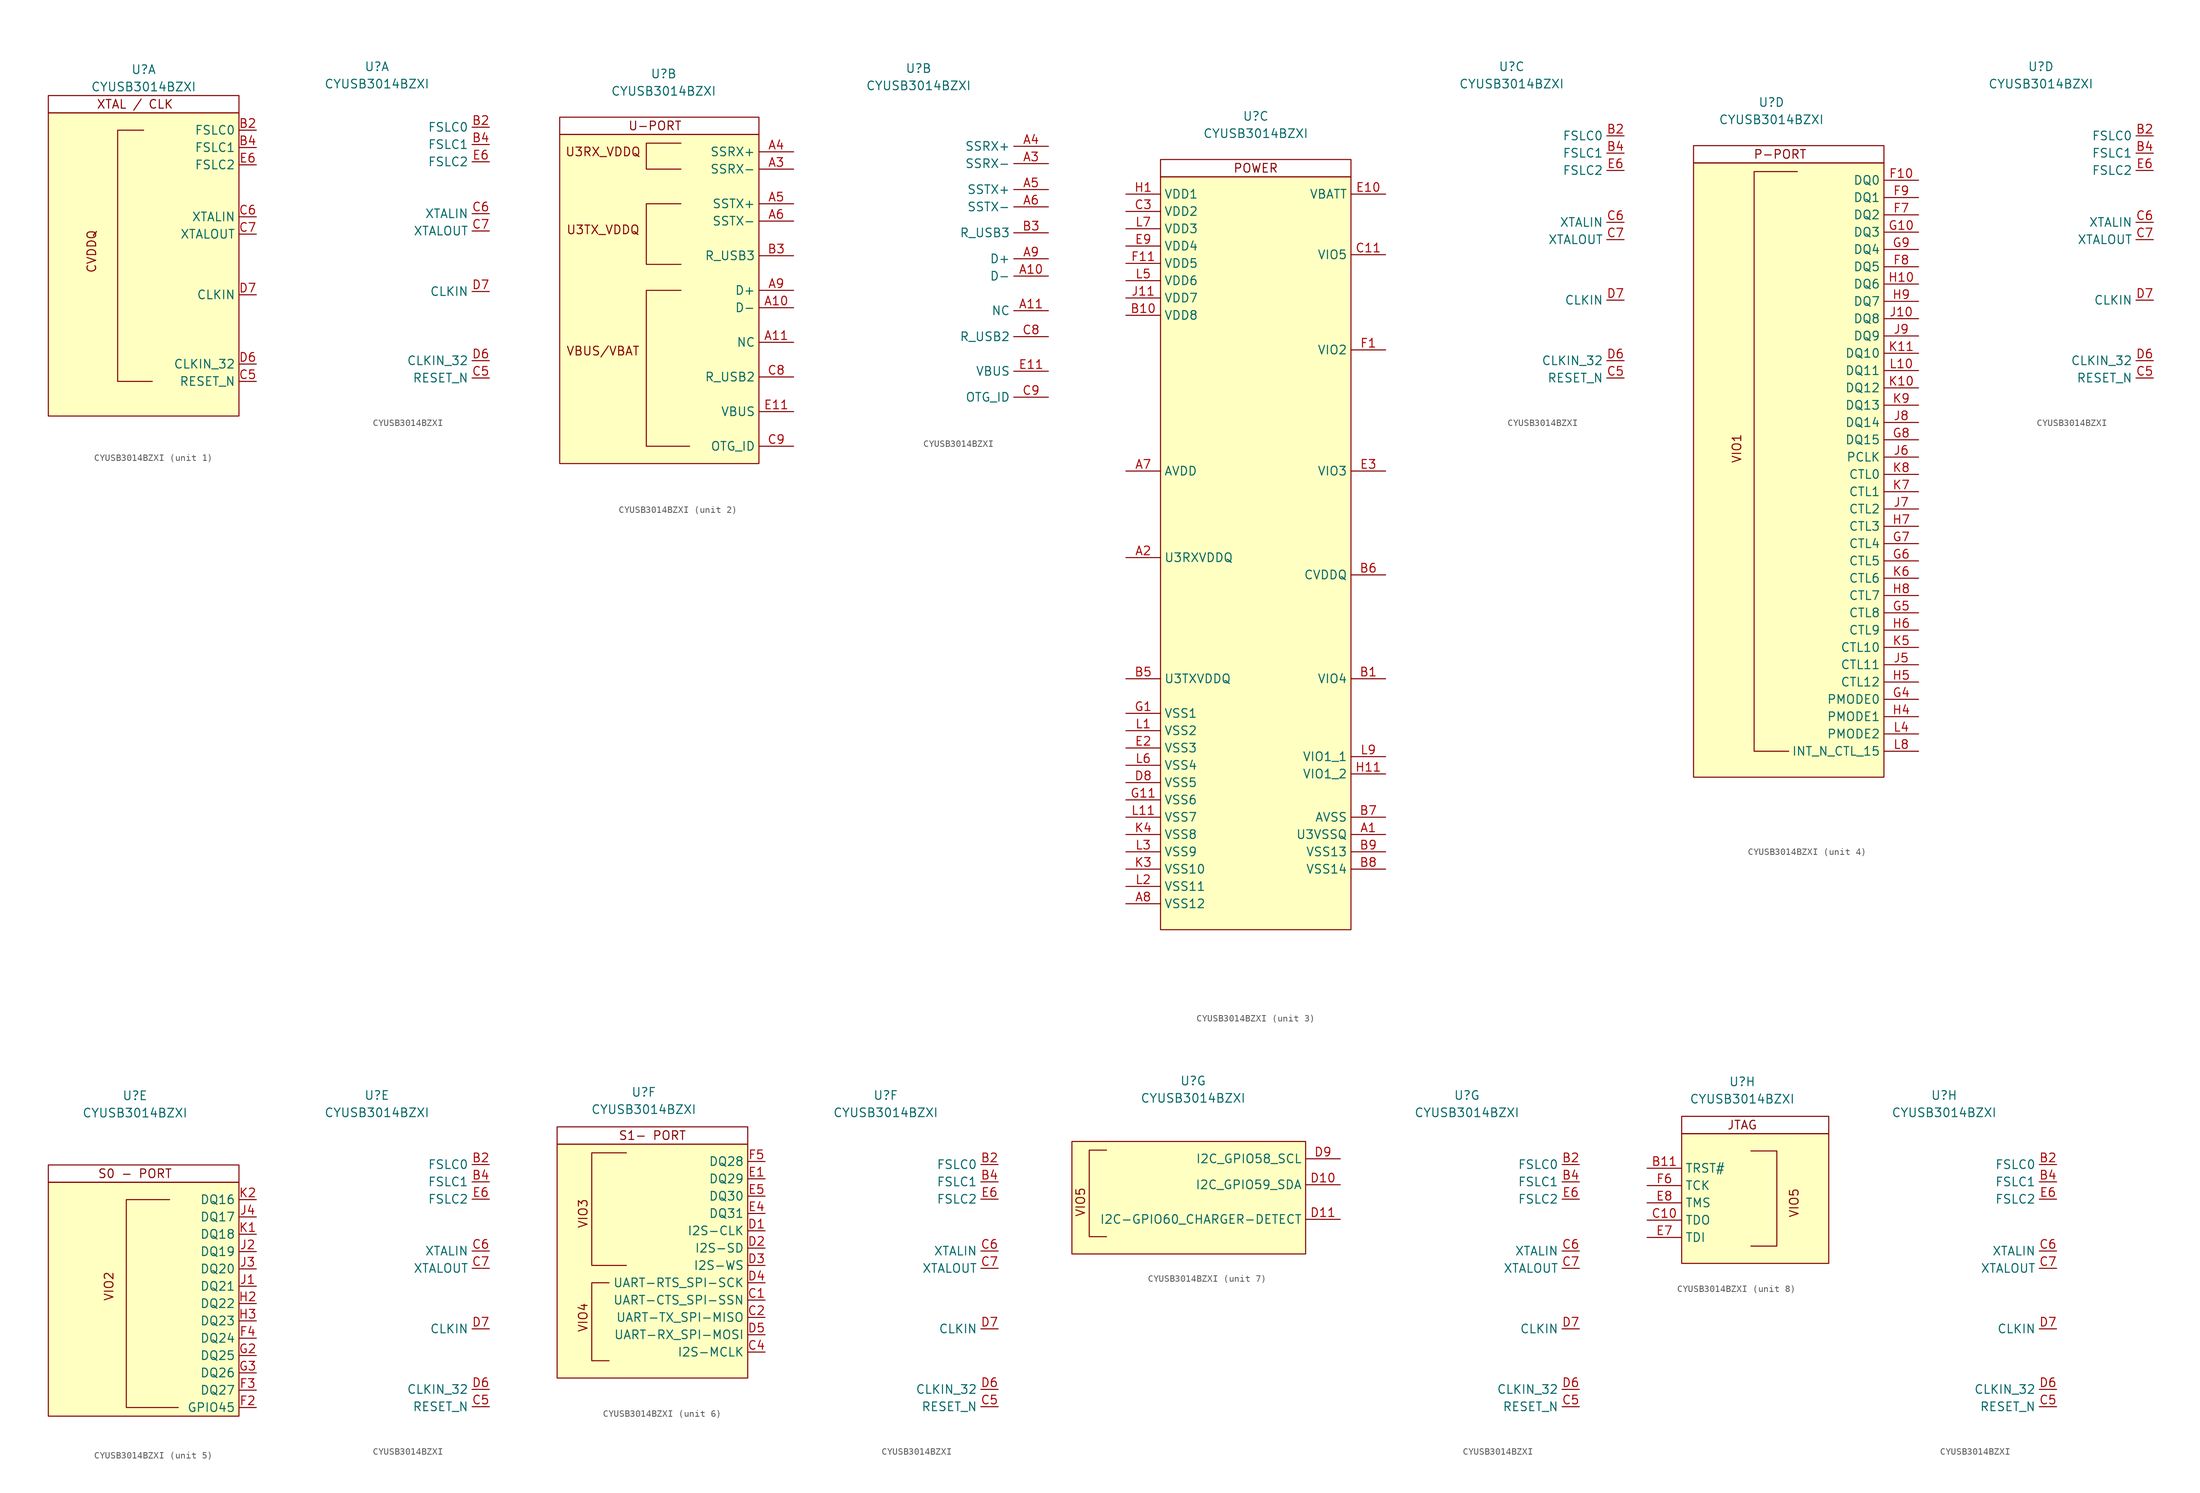
<source format=kicad_sym>
(kicad_symbol_lib
  (version 20220914)
  (generator kicad_symbol_editor)
  (symbol "CYUSB3014BZXI"
    (property "Reference" "U"
      (at 0 8.89 0)
      (effects (font (size 1.27 1.27))))
    (property "Value" "CYUSB3014BZXI"
      (at 0 6.35 0)
      (effects (font (size 1.27 1.27))))
    (property "ki_locked" ""
      (at 0 0 0)
      (effects (font (size 1.27 1.27))))
    (symbol "CYUSB3014BZXI_1_1"
      (rectangle (start -13.97 2.54) (end 13.97 -41.91) (stroke (width 0) (type default)) (fill (type background)))
      (rectangle (start -13.97 5.08) (end 13.97 2.54) (stroke (width 0) (type default)) (fill (type none)))
      (polyline (pts (xy 0 0) (xy -3.81 0) (xy -3.81 -36.83) (xy 1.27 -36.83)) (stroke (width 0) (type default)) (fill (type none)))
      (text "CVDDQ" (at -7.62 -17.78 900) (effects (font (size 1.27 1.27))))
      (text "XTAL / CLK" (at -1.27 3.81 0) (effects (font (size 1.27 1.27))))
      (pin input line (at 16.51 0 180) (length 2.54) (name "FSLC0" (effects (font (size 1.27 1.27)))) (number "B2" (effects (font (size 1.27 1.27)))))
      (pin input line (at 16.51 -2.54 180) (length 2.54) (name "FSLC1" (effects (font (size 1.27 1.27)))) (number "B4" (effects (font (size 1.27 1.27)))))
      (pin input line (at 16.51 -36.83 180) (length 2.54) (name "RESET_N" (effects (font (size 1.27 1.27)))) (number "C5" (effects (font (size 1.27 1.27)))))
      (pin bidirectional line (at 16.51 -12.7 180) (length 2.54) (name "XTALIN" (effects (font (size 1.27 1.27)))) (number "C6" (effects (font (size 1.27 1.27)))))
      (pin output line (at 16.51 -15.24 180) (length 2.54) (name "XTALOUT" (effects (font (size 1.27 1.27)))) (number "C7" (effects (font (size 1.27 1.27)))))
      (pin input line (at 16.51 -34.29 180) (length 2.54) (name "CLKIN_32" (effects (font (size 1.27 1.27)))) (number "D6" (effects (font (size 1.27 1.27)))))
      (pin input line (at 16.51 -24.13 180) (length 2.54) (name "CLKIN" (effects (font (size 1.27 1.27)))) (number "D7" (effects (font (size 1.27 1.27)))))
      (pin input line (at 16.51 -5.08 180) (length 2.54) (name "FSLC2" (effects (font (size 1.27 1.27)))) (number "E6" (effects (font (size 1.27 1.27))))))
    (symbol "CYUSB3014BZXI_1_2"
      (pin input line (at 16.51 0 180) (length 2.54) (name "FSLC0" (effects (font (size 1.27 1.27)))) (number "B2" (effects (font (size 1.27 1.27)))))
      (pin input line (at 16.51 -2.54 180) (length 2.54) (name "FSLC1" (effects (font (size 1.27 1.27)))) (number "B4" (effects (font (size 1.27 1.27)))))
      (pin input line (at 16.51 -36.83 180) (length 2.54) (name "RESET_N" (effects (font (size 1.27 1.27)))) (number "C5" (effects (font (size 1.27 1.27)))))
      (pin bidirectional line (at 16.51 -12.7 180) (length 2.54) (name "XTALIN" (effects (font (size 1.27 1.27)))) (number "C6" (effects (font (size 1.27 1.27)))))
      (pin output line (at 16.51 -15.24 180) (length 2.54) (name "XTALOUT" (effects (font (size 1.27 1.27)))) (number "C7" (effects (font (size 1.27 1.27)))))
      (pin input line (at 16.51 -34.29 180) (length 2.54) (name "CLKIN_32" (effects (font (size 1.27 1.27)))) (number "D6" (effects (font (size 1.27 1.27)))))
      (pin input line (at 16.51 -24.13 180) (length 2.54) (name "CLKIN" (effects (font (size 1.27 1.27)))) (number "D7" (effects (font (size 1.27 1.27)))))
      (pin input line (at 16.51 -5.08 180) (length 2.54) (name "FSLC2" (effects (font (size 1.27 1.27)))) (number "E6" (effects (font (size 1.27 1.27))))))
    (symbol "CYUSB3014BZXI_2_0"
      (pin input line (at 19.05 -2.54 180) (length 5.08) (name "SSRX+" (effects (font (size 1.27 1.27)))) (number "A4" (effects (font (size 1.27 1.27))))))
    (symbol "CYUSB3014BZXI_2_1"
      (rectangle (start -15.24 0) (end 13.97 -48.26) (stroke (width 0) (type default)) (fill (type background)))
      (rectangle (start -15.24 2.54) (end 13.97 0) (stroke (width 0) (type default)) (fill (type none)))
      (polyline (pts (xy 2.54 -22.86) (xy -2.54 -22.86) (xy -2.54 -45.72) (xy 3.81 -45.72)) (stroke (width 0) (type default)) (fill (type none)))
      (polyline (pts (xy 2.54 -10.16) (xy -2.54 -10.16) (xy -2.54 -19.05) (xy 2.54 -19.05)) (stroke (width 0) (type default)) (fill (type none)))
      (polyline (pts (xy 2.54 -1.27) (xy -2.54 -1.27) (xy -2.54 -5.08) (xy 2.54 -5.08)) (stroke (width 0) (type default)) (fill (type none)))
      (text "U-PORT" (at -1.27 1.27 0) (effects (font (size 1.27 1.27))))
      (text "U3RX_VDDQ" (at -8.89 -2.54 0) (effects (font (size 1.27 1.27))))
      (text "U3TX_VDDQ" (at -8.89 -13.97 0) (effects (font (size 1.27 1.27))))
      (text "VBUS/VBAT" (at -8.89 -31.75 0) (effects (font (size 1.27 1.27))))
      (pin bidirectional line (at 19.05 -25.4 180) (length 5.08) (name "D-" (effects (font (size 1.27 1.27)))) (number "A10" (effects (font (size 1.27 1.27)))))
      (pin input line (at 19.05 -30.48 180) (length 5.08) (name "NC" (effects (font (size 1.27 1.27)))) (number "A11" (effects (font (size 1.27 1.27)))))
      (pin input line (at 19.05 -5.08 180) (length 5.08) (name "SSRX-" (effects (font (size 1.27 1.27)))) (number "A3" (effects (font (size 1.27 1.27)))))
      (pin output line (at 19.05 -10.16 180) (length 5.08) (name "SSTX+" (effects (font (size 1.27 1.27)))) (number "A5" (effects (font (size 1.27 1.27)))))
      (pin output line (at 19.05 -12.7 180) (length 5.08) (name "SSTX-" (effects (font (size 1.27 1.27)))) (number "A6" (effects (font (size 1.27 1.27)))))
      (pin output line (at 19.05 -22.86 180) (length 5.08) (name "D+" (effects (font (size 1.27 1.27)))) (number "A9" (effects (font (size 1.27 1.27)))))
      (pin bidirectional line (at 19.05 -17.78 180) (length 5.08) (name "R_USB3" (effects (font (size 1.27 1.27)))) (number "B3" (effects (font (size 1.27 1.27)))))
      (pin bidirectional line (at 19.05 -35.56 180) (length 5.08) (name "R_USB2" (effects (font (size 1.27 1.27)))) (number "C8" (effects (font (size 1.27 1.27)))))
      (pin input line (at 19.05 -45.72 180) (length 5.08) (name "OTG_ID" (effects (font (size 1.27 1.27)))) (number "C9" (effects (font (size 1.27 1.27)))))
      (pin power_in line (at 19.05 -40.64 180) (length 5.08) (name "VBUS" (effects (font (size 1.27 1.27)))) (number "E11" (effects (font (size 1.27 1.27))))))
    (symbol "CYUSB3014BZXI_2_2"
      (pin bidirectional line (at 19.05 -21.59 180) (length 5.08) (name "D-" (effects (font (size 1.27 1.27)))) (number "A10" (effects (font (size 1.27 1.27)))))
      (pin input line (at 19.05 -26.67 180) (length 5.08) (name "NC" (effects (font (size 1.27 1.27)))) (number "A11" (effects (font (size 1.27 1.27)))))
      (pin input line (at 19.05 -5.08 180) (length 5.08) (name "SSRX-" (effects (font (size 1.27 1.27)))) (number "A3" (effects (font (size 1.27 1.27)))))
      (pin output line (at 19.05 -8.89 180) (length 5.08) (name "SSTX+" (effects (font (size 1.27 1.27)))) (number "A5" (effects (font (size 1.27 1.27)))))
      (pin output line (at 19.05 -11.43 180) (length 5.08) (name "SSTX-" (effects (font (size 1.27 1.27)))) (number "A6" (effects (font (size 1.27 1.27)))))
      (pin output line (at 19.05 -19.05 180) (length 5.08) (name "D+" (effects (font (size 1.27 1.27)))) (number "A9" (effects (font (size 1.27 1.27)))))
      (pin bidirectional line (at 19.05 -15.24 180) (length 5.08) (name "R_USB3" (effects (font (size 1.27 1.27)))) (number "B3" (effects (font (size 1.27 1.27)))))
      (pin bidirectional line (at 19.05 -30.48 180) (length 5.08) (name "R_USB2" (effects (font (size 1.27 1.27)))) (number "C8" (effects (font (size 1.27 1.27)))))
      (pin input line (at 19.05 -39.37 180) (length 5.08) (name "OTG_ID" (effects (font (size 1.27 1.27)))) (number "C9" (effects (font (size 1.27 1.27)))))
      (pin power_in line (at 19.05 -35.56 180) (length 5.08) (name "VBUS" (effects (font (size 1.27 1.27)))) (number "E11" (effects (font (size 1.27 1.27))))))
    (symbol "CYUSB3014BZXI_3_1"
      (rectangle (start -13.97 0) (end 13.97 -110.49) (stroke (width 0) (type default)) (fill (type background)))
      (rectangle (start -13.97 2.54) (end 13.97 0) (stroke (width 0) (type default)) (fill (type none)))
      (text "POWER" (at 0 1.27 0) (effects (font (size 1.27 1.27))))
      (pin power_in line (at 19.05 -96.52 180) (length 5.08) (name "U3VSSQ" (effects (font (size 1.27 1.27)))) (number "A1" (effects (font (size 1.27 1.27)))))
      (pin power_in line (at -19.05 -55.88 0) (length 5.08) (name "U3RXVDDQ" (effects (font (size 1.27 1.27)))) (number "A2" (effects (font (size 1.27 1.27)))))
      (pin power_in line (at -19.05 -43.18 0) (length 5.08) (name "AVDD" (effects (font (size 1.27 1.27)))) (number "A7" (effects (font (size 1.27 1.27)))))
      (pin bidirectional line (at -19.05 -106.68 0) (length 5.08) (name "VSS12" (effects (font (size 1.27 1.27)))) (number "A8" (effects (font (size 1.27 1.27)))))
      (pin power_in line (at 19.05 -73.66 180) (length 5.08) (name "VIO4" (effects (font (size 1.27 1.27)))) (number "B1" (effects (font (size 1.27 1.27)))))
      (pin power_in line (at -19.05 -20.32 0) (length 5.08) (name "VDD8" (effects (font (size 1.27 1.27)))) (number "B10" (effects (font (size 1.27 1.27)))))
      (pin power_in line (at -19.05 -73.66 0) (length 5.08) (name "U3TXVDDQ" (effects (font (size 1.27 1.27)))) (number "B5" (effects (font (size 1.27 1.27)))))
      (pin power_in line (at 19.05 -58.42 180) (length 5.08) (name "CVDDQ" (effects (font (size 1.27 1.27)))) (number "B6" (effects (font (size 1.27 1.27)))))
      (pin power_in line (at 19.05 -93.98 180) (length 5.08) (name "AVSS" (effects (font (size 1.27 1.27)))) (number "B7" (effects (font (size 1.27 1.27)))))
      (pin power_in line (at 19.05 -101.6 180) (length 5.08) (name "VSS14" (effects (font (size 1.27 1.27)))) (number "B8" (effects (font (size 1.27 1.27)))))
      (pin power_in line (at 19.05 -99.06 180) (length 5.08) (name "VSS13" (effects (font (size 1.27 1.27)))) (number "B9" (effects (font (size 1.27 1.27)))))
      (pin power_in line (at 19.05 -11.43 180) (length 5.08) (name "VIO5" (effects (font (size 1.27 1.27)))) (number "C11" (effects (font (size 1.27 1.27)))))
      (pin power_in line (at -19.05 -5.08 0) (length 5.08) (name "VDD2" (effects (font (size 1.27 1.27)))) (number "C3" (effects (font (size 1.27 1.27)))))
      (pin bidirectional line (at -19.05 -88.9 0) (length 5.08) (name "VSS5" (effects (font (size 1.27 1.27)))) (number "D8" (effects (font (size 1.27 1.27)))))
      (pin power_in line (at 19.05 -2.54 180) (length 5.08) (name "VBATT" (effects (font (size 1.27 1.27)))) (number "E10" (effects (font (size 1.27 1.27)))))
      (pin bidirectional line (at -19.05 -83.82 0) (length 5.08) (name "VSS3" (effects (font (size 1.27 1.27)))) (number "E2" (effects (font (size 1.27 1.27)))))
      (pin power_in line (at 19.05 -43.18 180) (length 5.08) (name "VIO3" (effects (font (size 1.27 1.27)))) (number "E3" (effects (font (size 1.27 1.27)))))
      (pin power_in line (at -19.05 -10.16 0) (length 5.08) (name "VDD4" (effects (font (size 1.27 1.27)))) (number "E9" (effects (font (size 1.27 1.27)))))
      (pin power_in line (at 19.05 -25.4 180) (length 5.08) (name "VIO2" (effects (font (size 1.27 1.27)))) (number "F1" (effects (font (size 1.27 1.27)))))
      (pin power_in line (at -19.05 -12.7 0) (length 5.08) (name "VDD5" (effects (font (size 1.27 1.27)))) (number "F11" (effects (font (size 1.27 1.27)))))
      (pin bidirectional line (at -19.05 -78.74 0) (length 5.08) (name "VSS1" (effects (font (size 1.27 1.27)))) (number "G1" (effects (font (size 1.27 1.27)))))
      (pin bidirectional line (at -19.05 -91.44 0) (length 5.08) (name "VSS6" (effects (font (size 1.27 1.27)))) (number "G11" (effects (font (size 1.27 1.27)))))
      (pin power_in line (at -19.05 -2.54 0) (length 5.08) (name "VDD1" (effects (font (size 1.27 1.27)))) (number "H1" (effects (font (size 1.27 1.27)))))
      (pin power_in line (at 19.05 -87.63 180) (length 5.08) (name "VIO1_2" (effects (font (size 1.27 1.27)))) (number "H11" (effects (font (size 1.27 1.27)))))
      (pin power_in line (at -19.05 -17.78 0) (length 5.08) (name "VDD7" (effects (font (size 1.27 1.27)))) (number "J11" (effects (font (size 1.27 1.27)))))
      (pin bidirectional line (at -19.05 -101.6 0) (length 5.08) (name "VSS10" (effects (font (size 1.27 1.27)))) (number "K3" (effects (font (size 1.27 1.27)))))
      (pin bidirectional line (at -19.05 -96.52 0) (length 5.08) (name "VSS8" (effects (font (size 1.27 1.27)))) (number "K4" (effects (font (size 1.27 1.27)))))
      (pin bidirectional line (at -19.05 -81.28 0) (length 5.08) (name "VSS2" (effects (font (size 1.27 1.27)))) (number "L1" (effects (font (size 1.27 1.27)))))
      (pin bidirectional line (at -19.05 -93.98 0) (length 5.08) (name "VSS7" (effects (font (size 1.27 1.27)))) (number "L11" (effects (font (size 1.27 1.27)))))
      (pin bidirectional line (at -19.05 -104.14 0) (length 5.08) (name "VSS11" (effects (font (size 1.27 1.27)))) (number "L2" (effects (font (size 1.27 1.27)))))
      (pin bidirectional line (at -19.05 -99.06 0) (length 5.08) (name "VSS9" (effects (font (size 1.27 1.27)))) (number "L3" (effects (font (size 1.27 1.27)))))
      (pin power_in line (at -19.05 -15.24 0) (length 5.08) (name "VDD6" (effects (font (size 1.27 1.27)))) (number "L5" (effects (font (size 1.27 1.27)))))
      (pin bidirectional line (at -19.05 -86.36 0) (length 5.08) (name "VSS4" (effects (font (size 1.27 1.27)))) (number "L6" (effects (font (size 1.27 1.27)))))
      (pin power_in line (at -19.05 -7.62 0) (length 5.08) (name "VDD3" (effects (font (size 1.27 1.27)))) (number "L7" (effects (font (size 1.27 1.27)))))
      (pin power_in line (at 19.05 -85.09 180) (length 5.08) (name "VIO1_1" (effects (font (size 1.27 1.27)))) (number "L9" (effects (font (size 1.27 1.27))))))
    (symbol "CYUSB3014BZXI_3_2"
      (pin input line (at 16.51 -1.27 180) (length 2.54) (name "FSLC0" (effects (font (size 1.27 1.27)))) (number "B2" (effects (font (size 1.27 1.27)))))
      (pin input line (at 16.51 -3.81 180) (length 2.54) (name "FSLC1" (effects (font (size 1.27 1.27)))) (number "B4" (effects (font (size 1.27 1.27)))))
      (pin input line (at 16.51 -36.83 180) (length 2.54) (name "RESET_N" (effects (font (size 1.27 1.27)))) (number "C5" (effects (font (size 1.27 1.27)))))
      (pin bidirectional line (at 16.51 -13.97 180) (length 2.54) (name "XTALIN" (effects (font (size 1.27 1.27)))) (number "C6" (effects (font (size 1.27 1.27)))))
      (pin output line (at 16.51 -16.51 180) (length 2.54) (name "XTALOUT" (effects (font (size 1.27 1.27)))) (number "C7" (effects (font (size 1.27 1.27)))))
      (pin input line (at 16.51 -34.29 180) (length 2.54) (name "CLKIN_32" (effects (font (size 1.27 1.27)))) (number "D6" (effects (font (size 1.27 1.27)))))
      (pin input line (at 16.51 -25.4 180) (length 2.54) (name "CLKIN" (effects (font (size 1.27 1.27)))) (number "D7" (effects (font (size 1.27 1.27)))))
      (pin input line (at 16.51 -6.35 180) (length 2.54) (name "FSLC2" (effects (font (size 1.27 1.27)))) (number "E6" (effects (font (size 1.27 1.27))))))
    (symbol "CYUSB3014BZXI_4_1"
      (rectangle (start -11.43 0) (end 16.51 -90.17) (stroke (width 0) (type default)) (fill (type background)))
      (rectangle (start -11.43 0) (end 16.51 2.54) (stroke (width 0) (type default)) (fill (type none)))
      (polyline (pts (xy 3.81 -1.27) (xy -2.54 -1.27) (xy -2.54 -86.36) (xy 2.54 -86.36)) (stroke (width 0) (type default)) (fill (type none)))
      (text "P-PORT" (at 1.27 1.27 0) (effects (font (size 1.27 1.27))))
      (text "VIO1" (at -5.08 -41.91 900) (effects (font (size 1.27 1.27))))
      (pin bidirectional line (at 21.59 -2.54 180) (length 5.08) (name "DQ0" (effects (font (size 1.27 1.27)))) (number "F10" (effects (font (size 1.27 1.27)))))
      (pin bidirectional line (at 21.59 -7.62 180) (length 5.08) (name "DQ2" (effects (font (size 1.27 1.27)))) (number "F7" (effects (font (size 1.27 1.27)))))
      (pin bidirectional line (at 21.59 -15.24 180) (length 5.08) (name "DQ5" (effects (font (size 1.27 1.27)))) (number "F8" (effects (font (size 1.27 1.27)))))
      (pin bidirectional line (at 21.59 -5.08 180) (length 5.08) (name "DQ1" (effects (font (size 1.27 1.27)))) (number "F9" (effects (font (size 1.27 1.27)))))
      (pin bidirectional line (at 21.59 -10.16 180) (length 5.08) (name "DQ3" (effects (font (size 1.27 1.27)))) (number "G10" (effects (font (size 1.27 1.27)))))
      (pin output line (at 21.59 -78.74 180) (length 5.08) (name "PMODE0" (effects (font (size 1.27 1.27)))) (number "G4" (effects (font (size 1.27 1.27)))))
      (pin output line (at 21.59 -66.04 180) (length 5.08) (name "CTL8" (effects (font (size 1.27 1.27)))) (number "G5" (effects (font (size 1.27 1.27)))))
      (pin output line (at 21.59 -58.42 180) (length 5.08) (name "CTL5" (effects (font (size 1.27 1.27)))) (number "G6" (effects (font (size 1.27 1.27)))))
      (pin output line (at 21.59 -55.88 180) (length 5.08) (name "CTL4" (effects (font (size 1.27 1.27)))) (number "G7" (effects (font (size 1.27 1.27)))))
      (pin bidirectional line (at 21.59 -40.64 180) (length 5.08) (name "DQ15" (effects (font (size 1.27 1.27)))) (number "G8" (effects (font (size 1.27 1.27)))))
      (pin bidirectional line (at 21.59 -12.7 180) (length 5.08) (name "DQ4" (effects (font (size 1.27 1.27)))) (number "G9" (effects (font (size 1.27 1.27)))))
      (pin bidirectional line (at 21.59 -17.78 180) (length 5.08) (name "DQ6" (effects (font (size 1.27 1.27)))) (number "H10" (effects (font (size 1.27 1.27)))))
      (pin output line (at 21.59 -81.28 180) (length 5.08) (name "PMODE1" (effects (font (size 1.27 1.27)))) (number "H4" (effects (font (size 1.27 1.27)))))
      (pin output line (at 21.59 -76.2 180) (length 5.08) (name "CTL12" (effects (font (size 1.27 1.27)))) (number "H5" (effects (font (size 1.27 1.27)))))
      (pin output line (at 21.59 -68.58 180) (length 5.08) (name "CTL9" (effects (font (size 1.27 1.27)))) (number "H6" (effects (font (size 1.27 1.27)))))
      (pin output line (at 21.59 -53.34 180) (length 5.08) (name "CTL3" (effects (font (size 1.27 1.27)))) (number "H7" (effects (font (size 1.27 1.27)))))
      (pin output line (at 21.59 -63.5 180) (length 5.08) (name "CTL7" (effects (font (size 1.27 1.27)))) (number "H8" (effects (font (size 1.27 1.27)))))
      (pin bidirectional line (at 21.59 -20.32 180) (length 5.08) (name "DQ7" (effects (font (size 1.27 1.27)))) (number "H9" (effects (font (size 1.27 1.27)))))
      (pin bidirectional line (at 21.59 -22.86 180) (length 5.08) (name "DQ8" (effects (font (size 1.27 1.27)))) (number "J10" (effects (font (size 1.27 1.27)))))
      (pin output line (at 21.59 -73.66 180) (length 5.08) (name "CTL11" (effects (font (size 1.27 1.27)))) (number "J5" (effects (font (size 1.27 1.27)))))
      (pin output line (at 21.59 -43.18 180) (length 5.08) (name "PCLK" (effects (font (size 1.27 1.27)))) (number "J6" (effects (font (size 1.27 1.27)))))
      (pin output line (at 21.59 -50.8 180) (length 5.08) (name "CTL2" (effects (font (size 1.27 1.27)))) (number "J7" (effects (font (size 1.27 1.27)))))
      (pin bidirectional line (at 21.59 -38.1 180) (length 5.08) (name "DQ14" (effects (font (size 1.27 1.27)))) (number "J8" (effects (font (size 1.27 1.27)))))
      (pin bidirectional line (at 21.59 -25.4 180) (length 5.08) (name "DQ9" (effects (font (size 1.27 1.27)))) (number "J9" (effects (font (size 1.27 1.27)))))
      (pin bidirectional line (at 21.59 -33.02 180) (length 5.08) (name "DQ12" (effects (font (size 1.27 1.27)))) (number "K10" (effects (font (size 1.27 1.27)))))
      (pin bidirectional line (at 21.59 -27.94 180) (length 5.08) (name "DQ10" (effects (font (size 1.27 1.27)))) (number "K11" (effects (font (size 1.27 1.27)))))
      (pin output line (at 21.59 -71.12 180) (length 5.08) (name "CTL10" (effects (font (size 1.27 1.27)))) (number "K5" (effects (font (size 1.27 1.27)))))
      (pin output line (at 21.59 -60.96 180) (length 5.08) (name "CTL6" (effects (font (size 1.27 1.27)))) (number "K6" (effects (font (size 1.27 1.27)))))
      (pin output line (at 21.59 -48.26 180) (length 5.08) (name "CTL1" (effects (font (size 1.27 1.27)))) (number "K7" (effects (font (size 1.27 1.27)))))
      (pin output line (at 21.59 -45.72 180) (length 5.08) (name "CTL0" (effects (font (size 1.27 1.27)))) (number "K8" (effects (font (size 1.27 1.27)))))
      (pin bidirectional line (at 21.59 -35.56 180) (length 5.08) (name "DQ13" (effects (font (size 1.27 1.27)))) (number "K9" (effects (font (size 1.27 1.27)))))
      (pin bidirectional line (at 21.59 -30.48 180) (length 5.08) (name "DQ11" (effects (font (size 1.27 1.27)))) (number "L10" (effects (font (size 1.27 1.27)))))
      (pin output line (at 21.59 -83.82 180) (length 5.08) (name "PMODE2" (effects (font (size 1.27 1.27)))) (number "L4" (effects (font (size 1.27 1.27)))))
      (pin output line (at 21.59 -86.36 180) (length 5.08) (name "INT_N_CTL_15" (effects (font (size 1.27 1.27)))) (number "L8" (effects (font (size 1.27 1.27))))))
    (symbol "CYUSB3014BZXI_4_2"
      (pin input line (at 16.51 -1.27 180) (length 2.54) (name "FSLC0" (effects (font (size 1.27 1.27)))) (number "B2" (effects (font (size 1.27 1.27)))))
      (pin input line (at 16.51 -3.81 180) (length 2.54) (name "FSLC1" (effects (font (size 1.27 1.27)))) (number "B4" (effects (font (size 1.27 1.27)))))
      (pin input line (at 16.51 -36.83 180) (length 2.54) (name "RESET_N" (effects (font (size 1.27 1.27)))) (number "C5" (effects (font (size 1.27 1.27)))))
      (pin bidirectional line (at 16.51 -13.97 180) (length 2.54) (name "XTALIN" (effects (font (size 1.27 1.27)))) (number "C6" (effects (font (size 1.27 1.27)))))
      (pin output line (at 16.51 -16.51 180) (length 2.54) (name "XTALOUT" (effects (font (size 1.27 1.27)))) (number "C7" (effects (font (size 1.27 1.27)))))
      (pin input line (at 16.51 -34.29 180) (length 2.54) (name "CLKIN_32" (effects (font (size 1.27 1.27)))) (number "D6" (effects (font (size 1.27 1.27)))))
      (pin input line (at 16.51 -25.4 180) (length 2.54) (name "CLKIN" (effects (font (size 1.27 1.27)))) (number "D7" (effects (font (size 1.27 1.27)))))
      (pin input line (at 16.51 -6.35 180) (length 2.54) (name "FSLC2" (effects (font (size 1.27 1.27)))) (number "E6" (effects (font (size 1.27 1.27))))))
    (symbol "CYUSB3014BZXI_5_1"
      (rectangle (start -12.7 -3.81) (end 15.24 -38.1) (stroke (width 0) (type default)) (fill (type background)))
      (rectangle (start -12.7 -3.81) (end 15.24 -1.27) (stroke (width 0) (type default)) (fill (type none)))
      (polyline (pts (xy 5.08 -6.35) (xy -1.27 -6.35) (xy -1.27 -36.83) (xy 6.35 -36.83)) (stroke (width 0) (type default)) (fill (type none)))
      (text "S0 - PORT" (at 0 -2.54 0) (effects (font (size 1.27 1.27))))
      (text "VIO2" (at -3.81 -19.05 900) (effects (font (size 1.27 1.27))))
      (pin bidirectional line (at 17.78 -36.83 180) (length 2.54) (name "GPIO45" (effects (font (size 1.27 1.27)))) (number "F2" (effects (font (size 1.27 1.27)))))
      (pin bidirectional line (at 17.78 -34.29 180) (length 2.54) (name "DQ27" (effects (font (size 1.27 1.27)))) (number "F3" (effects (font (size 1.27 1.27)))))
      (pin bidirectional line (at 17.78 -26.67 180) (length 2.54) (name "DQ24" (effects (font (size 1.27 1.27)))) (number "F4" (effects (font (size 1.27 1.27)))))
      (pin bidirectional line (at 17.78 -29.21 180) (length 2.54) (name "DQ25" (effects (font (size 1.27 1.27)))) (number "G2" (effects (font (size 1.27 1.27)))))
      (pin bidirectional line (at 17.78 -31.75 180) (length 2.54) (name "DQ26" (effects (font (size 1.27 1.27)))) (number "G3" (effects (font (size 1.27 1.27)))))
      (pin bidirectional line (at 17.78 -21.59 180) (length 2.54) (name "DQ22" (effects (font (size 1.27 1.27)))) (number "H2" (effects (font (size 1.27 1.27)))))
      (pin bidirectional line (at 17.78 -24.13 180) (length 2.54) (name "DQ23" (effects (font (size 1.27 1.27)))) (number "H3" (effects (font (size 1.27 1.27)))))
      (pin bidirectional line (at 17.78 -19.05 180) (length 2.54) (name "DQ21" (effects (font (size 1.27 1.27)))) (number "J1" (effects (font (size 1.27 1.27)))))
      (pin bidirectional line (at 17.78 -13.97 180) (length 2.54) (name "DQ19" (effects (font (size 1.27 1.27)))) (number "J2" (effects (font (size 1.27 1.27)))))
      (pin bidirectional line (at 17.78 -16.51 180) (length 2.54) (name "DQ20" (effects (font (size 1.27 1.27)))) (number "J3" (effects (font (size 1.27 1.27)))))
      (pin bidirectional line (at 17.78 -8.89 180) (length 2.54) (name "DQ17" (effects (font (size 1.27 1.27)))) (number "J4" (effects (font (size 1.27 1.27)))))
      (pin bidirectional line (at 17.78 -11.43 180) (length 2.54) (name "DQ18" (effects (font (size 1.27 1.27)))) (number "K1" (effects (font (size 1.27 1.27)))))
      (pin bidirectional line (at 17.78 -6.35 180) (length 2.54) (name "DQ16" (effects (font (size 1.27 1.27)))) (number "K2" (effects (font (size 1.27 1.27))))))
    (symbol "CYUSB3014BZXI_5_2"
      (pin input line (at 16.51 -1.27 180) (length 2.54) (name "FSLC0" (effects (font (size 1.27 1.27)))) (number "B2" (effects (font (size 1.27 1.27)))))
      (pin input line (at 16.51 -3.81 180) (length 2.54) (name "FSLC1" (effects (font (size 1.27 1.27)))) (number "B4" (effects (font (size 1.27 1.27)))))
      (pin input line (at 16.51 -36.83 180) (length 2.54) (name "RESET_N" (effects (font (size 1.27 1.27)))) (number "C5" (effects (font (size 1.27 1.27)))))
      (pin bidirectional line (at 16.51 -13.97 180) (length 2.54) (name "XTALIN" (effects (font (size 1.27 1.27)))) (number "C6" (effects (font (size 1.27 1.27)))))
      (pin output line (at 16.51 -16.51 180) (length 2.54) (name "XTALOUT" (effects (font (size 1.27 1.27)))) (number "C7" (effects (font (size 1.27 1.27)))))
      (pin input line (at 16.51 -34.29 180) (length 2.54) (name "CLKIN_32" (effects (font (size 1.27 1.27)))) (number "D6" (effects (font (size 1.27 1.27)))))
      (pin input line (at 16.51 -25.4 180) (length 2.54) (name "CLKIN" (effects (font (size 1.27 1.27)))) (number "D7" (effects (font (size 1.27 1.27)))))
      (pin input line (at 16.51 -6.35 180) (length 2.54) (name "FSLC2" (effects (font (size 1.27 1.27)))) (number "E6" (effects (font (size 1.27 1.27))))))
    (symbol "CYUSB3014BZXI_6_1"
      (rectangle (start -12.7 1.27) (end 15.24 -33.02) (stroke (width 0) (type default)) (fill (type background)))
      (rectangle (start -12.7 1.27) (end 15.24 3.81) (stroke (width 0) (type default)) (fill (type none)))
      (polyline (pts (xy -5.08 -19.05) (xy -7.62 -19.05) (xy -7.62 -30.48) (xy -5.08 -30.48)) (stroke (width 0) (type default)) (fill (type none)))
      (polyline (pts (xy -2.54 0) (xy -7.62 0) (xy -7.62 -16.51) (xy -2.54 -16.51) (xy -2.54 -16.51)) (stroke (width 0) (type default)) (fill (type none)))
      (text "S1- PORT" (at 1.27 2.54 0) (effects (font (size 1.27 1.27))))
      (text "VIO3" (at -8.89 -8.89 900) (effects (font (size 1.27 1.27))))
      (text "VIO4" (at -8.89 -24.13 900) (effects (font (size 1.27 1.27))))
      (pin output line (at 17.78 -21.59 180) (length 2.54) (name "UART-CTS_SPI-SSN" (effects (font (size 1.27 1.27)))) (number "C1" (effects (font (size 1.27 1.27)))))
      (pin output line (at 17.78 -24.13 180) (length 2.54) (name "UART-TX_SPI-MISO" (effects (font (size 1.27 1.27)))) (number "C2" (effects (font (size 1.27 1.27)))))
      (pin input line (at 17.78 -29.21 180) (length 2.54) (name "I2S-MCLK" (effects (font (size 1.27 1.27)))) (number "C4" (effects (font (size 1.27 1.27)))))
      (pin bidirectional line (at 17.78 -11.43 180) (length 2.54) (name "I2S-CLK" (effects (font (size 1.27 1.27)))) (number "D1" (effects (font (size 1.27 1.27)))))
      (pin bidirectional line (at 17.78 -13.97 180) (length 2.54) (name "I2S-SD" (effects (font (size 1.27 1.27)))) (number "D2" (effects (font (size 1.27 1.27)))))
      (pin bidirectional line (at 17.78 -16.51 180) (length 2.54) (name "I2S-WS" (effects (font (size 1.27 1.27)))) (number "D3" (effects (font (size 1.27 1.27)))))
      (pin output line (at 17.78 -19.05 180) (length 2.54) (name "UART-RTS_SPI-SCK" (effects (font (size 1.27 1.27)))) (number "D4" (effects (font (size 1.27 1.27)))))
      (pin output line (at 17.78 -26.67 180) (length 2.54) (name "UART-RX_SPI-MOSI" (effects (font (size 1.27 1.27)))) (number "D5" (effects (font (size 1.27 1.27)))))
      (pin bidirectional line (at 17.78 -3.81 180) (length 2.54) (name "DQ29" (effects (font (size 1.27 1.27)))) (number "E1" (effects (font (size 1.27 1.27)))))
      (pin bidirectional line (at 17.78 -8.89 180) (length 2.54) (name "DQ31" (effects (font (size 1.27 1.27)))) (number "E4" (effects (font (size 1.27 1.27)))))
      (pin bidirectional line (at 17.78 -6.35 180) (length 2.54) (name "DQ30" (effects (font (size 1.27 1.27)))) (number "E5" (effects (font (size 1.27 1.27)))))
      (pin bidirectional line (at 17.78 -1.27 180) (length 2.54) (name "DQ28" (effects (font (size 1.27 1.27)))) (number "F5" (effects (font (size 1.27 1.27))))))
    (symbol "CYUSB3014BZXI_6_2"
      (pin input line (at 16.51 -1.27 180) (length 2.54) (name "FSLC0" (effects (font (size 1.27 1.27)))) (number "B2" (effects (font (size 1.27 1.27)))))
      (pin input line (at 16.51 -3.81 180) (length 2.54) (name "FSLC1" (effects (font (size 1.27 1.27)))) (number "B4" (effects (font (size 1.27 1.27)))))
      (pin input line (at 16.51 -36.83 180) (length 2.54) (name "RESET_N" (effects (font (size 1.27 1.27)))) (number "C5" (effects (font (size 1.27 1.27)))))
      (pin bidirectional line (at 16.51 -13.97 180) (length 2.54) (name "XTALIN" (effects (font (size 1.27 1.27)))) (number "C6" (effects (font (size 1.27 1.27)))))
      (pin output line (at 16.51 -16.51 180) (length 2.54) (name "XTALOUT" (effects (font (size 1.27 1.27)))) (number "C7" (effects (font (size 1.27 1.27)))))
      (pin input line (at 16.51 -34.29 180) (length 2.54) (name "CLKIN_32" (effects (font (size 1.27 1.27)))) (number "D6" (effects (font (size 1.27 1.27)))))
      (pin input line (at 16.51 -25.4 180) (length 2.54) (name "CLKIN" (effects (font (size 1.27 1.27)))) (number "D7" (effects (font (size 1.27 1.27)))))
      (pin input line (at 16.51 -6.35 180) (length 2.54) (name "FSLC2" (effects (font (size 1.27 1.27)))) (number "E6" (effects (font (size 1.27 1.27))))))
    (symbol "CYUSB3014BZXI_7_1"
      (rectangle (start -17.78 0) (end 16.51 -16.51) (stroke (width 0) (type default)) (fill (type background)))
      (polyline (pts (xy -12.7 -1.27) (xy -15.24 -1.27) (xy -15.24 -13.97) (xy -12.7 -13.97)) (stroke (width 0) (type default)) (fill (type none)))
      (text "VIO5" (at -16.51 -8.89 900) (effects (font (size 1.27 1.27))))
      (pin output line (at 21.59 -6.35 180) (length 5.08) (name "I2C_GPIO59_SDA" (effects (font (size 1.27 1.27)))) (number "D10" (effects (font (size 1.27 1.27)))))
      (pin output line (at 21.59 -11.43 180) (length 5.08) (name "I2C-GPIO60_CHARGER-DETECT" (effects (font (size 1.27 1.27)))) (number "D11" (effects (font (size 1.27 1.27)))))
      (pin output line (at 21.59 -2.54 180) (length 5.08) (name "I2C_GPIO58_SCL" (effects (font (size 1.27 1.27)))) (number "D9" (effects (font (size 1.27 1.27))))))
    (symbol "CYUSB3014BZXI_7_2"
      (pin input line (at 16.51 -1.27 180) (length 2.54) (name "FSLC0" (effects (font (size 1.27 1.27)))) (number "B2" (effects (font (size 1.27 1.27)))))
      (pin input line (at 16.51 -3.81 180) (length 2.54) (name "FSLC1" (effects (font (size 1.27 1.27)))) (number "B4" (effects (font (size 1.27 1.27)))))
      (pin input line (at 16.51 -36.83 180) (length 2.54) (name "RESET_N" (effects (font (size 1.27 1.27)))) (number "C5" (effects (font (size 1.27 1.27)))))
      (pin bidirectional line (at 16.51 -13.97 180) (length 2.54) (name "XTALIN" (effects (font (size 1.27 1.27)))) (number "C6" (effects (font (size 1.27 1.27)))))
      (pin output line (at 16.51 -16.51 180) (length 2.54) (name "XTALOUT" (effects (font (size 1.27 1.27)))) (number "C7" (effects (font (size 1.27 1.27)))))
      (pin input line (at 16.51 -34.29 180) (length 2.54) (name "CLKIN_32" (effects (font (size 1.27 1.27)))) (number "D6" (effects (font (size 1.27 1.27)))))
      (pin input line (at 16.51 -25.4 180) (length 2.54) (name "CLKIN" (effects (font (size 1.27 1.27)))) (number "D7" (effects (font (size 1.27 1.27)))))
      (pin input line (at 16.51 -6.35 180) (length 2.54) (name "FSLC2" (effects (font (size 1.27 1.27)))) (number "E6" (effects (font (size 1.27 1.27))))))
    (symbol "CYUSB3014BZXI_8_1"
      (rectangle (start -8.89 1.27) (end 12.7 -17.78) (stroke (width 0) (type default)) (fill (type background)))
      (rectangle (start -8.89 3.81) (end 12.7 1.27) (stroke (width 0) (type default)) (fill (type none)))
      (polyline (pts (xy 1.27 -1.27) (xy 5.08 -1.27) (xy 5.08 -15.24) (xy 1.27 -15.24)) (stroke (width 0) (type default)) (fill (type none)))
      (text "JTAG" (at 0 2.54 0) (effects (font (size 1.27 1.27))))
      (text "VIO5" (at 7.62 -8.89 900) (effects (font (size 1.27 1.27))))
      (pin input line (at -13.97 -3.81 0) (length 5.08) (name "TRST#" (effects (font (size 1.27 1.27)))) (number "B11" (effects (font (size 1.27 1.27)))))
      (pin output line (at -13.97 -11.43 0) (length 5.08) (name "TDO" (effects (font (size 1.27 1.27)))) (number "C10" (effects (font (size 1.27 1.27)))))
      (pin input line (at -13.97 -13.97 0) (length 5.08) (name "TDI" (effects (font (size 1.27 1.27)))) (number "E7" (effects (font (size 1.27 1.27)))))
      (pin input line (at -13.97 -8.89 0) (length 5.08) (name "TMS" (effects (font (size 1.27 1.27)))) (number "E8" (effects (font (size 1.27 1.27)))))
      (pin input line (at -13.97 -6.35 0) (length 5.08) (name "TCK" (effects (font (size 1.27 1.27)))) (number "F6" (effects (font (size 1.27 1.27))))))
    (symbol "CYUSB3014BZXI_8_2"
      (pin input line (at 16.51 -1.27 180) (length 2.54) (name "FSLC0" (effects (font (size 1.27 1.27)))) (number "B2" (effects (font (size 1.27 1.27)))))
      (pin input line (at 16.51 -3.81 180) (length 2.54) (name "FSLC1" (effects (font (size 1.27 1.27)))) (number "B4" (effects (font (size 1.27 1.27)))))
      (pin input line (at 16.51 -36.83 180) (length 2.54) (name "RESET_N" (effects (font (size 1.27 1.27)))) (number "C5" (effects (font (size 1.27 1.27)))))
      (pin bidirectional line (at 16.51 -13.97 180) (length 2.54) (name "XTALIN" (effects (font (size 1.27 1.27)))) (number "C6" (effects (font (size 1.27 1.27)))))
      (pin output line (at 16.51 -16.51 180) (length 2.54) (name "XTALOUT" (effects (font (size 1.27 1.27)))) (number "C7" (effects (font (size 1.27 1.27)))))
      (pin input line (at 16.51 -34.29 180) (length 2.54) (name "CLKIN_32" (effects (font (size 1.27 1.27)))) (number "D6" (effects (font (size 1.27 1.27)))))
      (pin input line (at 16.51 -25.4 180) (length 2.54) (name "CLKIN" (effects (font (size 1.27 1.27)))) (number "D7" (effects (font (size 1.27 1.27)))))
      (pin input line (at 16.51 -6.35 180) (length 2.54) (name "FSLC2" (effects (font (size 1.27 1.27)))) (number "E6" (effects (font (size 1.27 1.27))))))))
</source>
